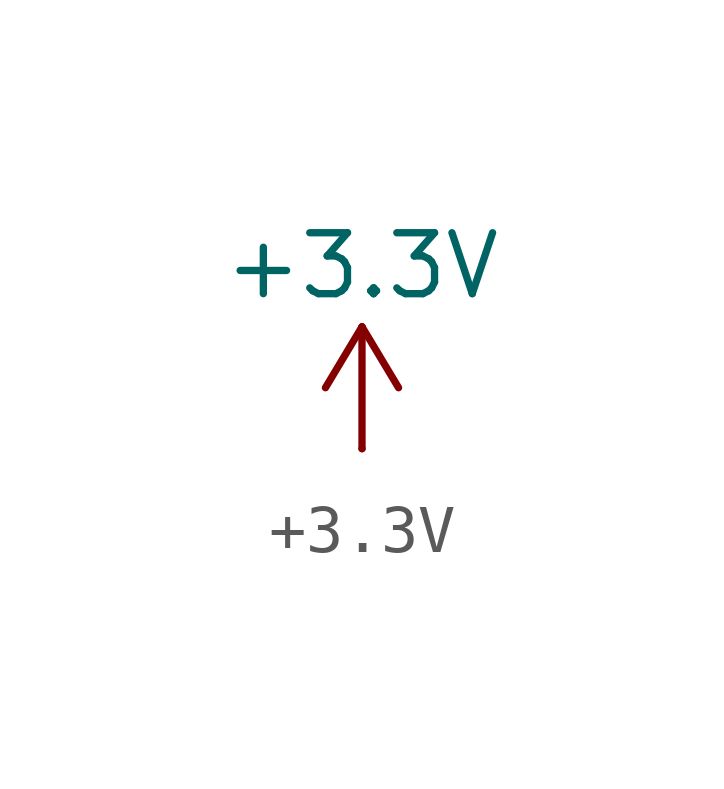
<source format=kicad_sym>
(kicad_symbol_lib
  (version 20241209)
  (generator "kicad_symbol_editor")
  (generator_version "9.0")
  (symbol "+3.3V"
    (power)
    (pin_numbers
      (hide yes))
    (pin_names
      (offset 0)
      (hide yes))
    (property "Reference" "#PWR"
      (at 0 -3.81 0)
      (effects (font (size 1.27 1.27)) (hide yes)))
    (property "Value" "+3.3V"
      (at 0 3.81 0)
      (effects (font (size 1.27 1.27))))
    (symbol "+3.3V_0_1"
      (polyline (pts (xy -0.762 1.27) (xy 0 2.54)) (stroke (width 0) (type default)) (fill (type none)))
      (polyline (pts (xy 0 2.54) (xy 0.762 1.27)) (stroke (width 0) (type default)) (fill (type none)))
      (polyline (pts (xy 0 0) (xy 0 2.54)) (stroke (width 0) (type default)) (fill (type none))))
    (symbol "+3.3V_1_1"
      (pin power_in line (at 0 0 90) (length 0) (name "~" (effects (font (size 1.27 1.27)))) (number "1" (effects (font (size 1.27 1.27))))))))
</source>
